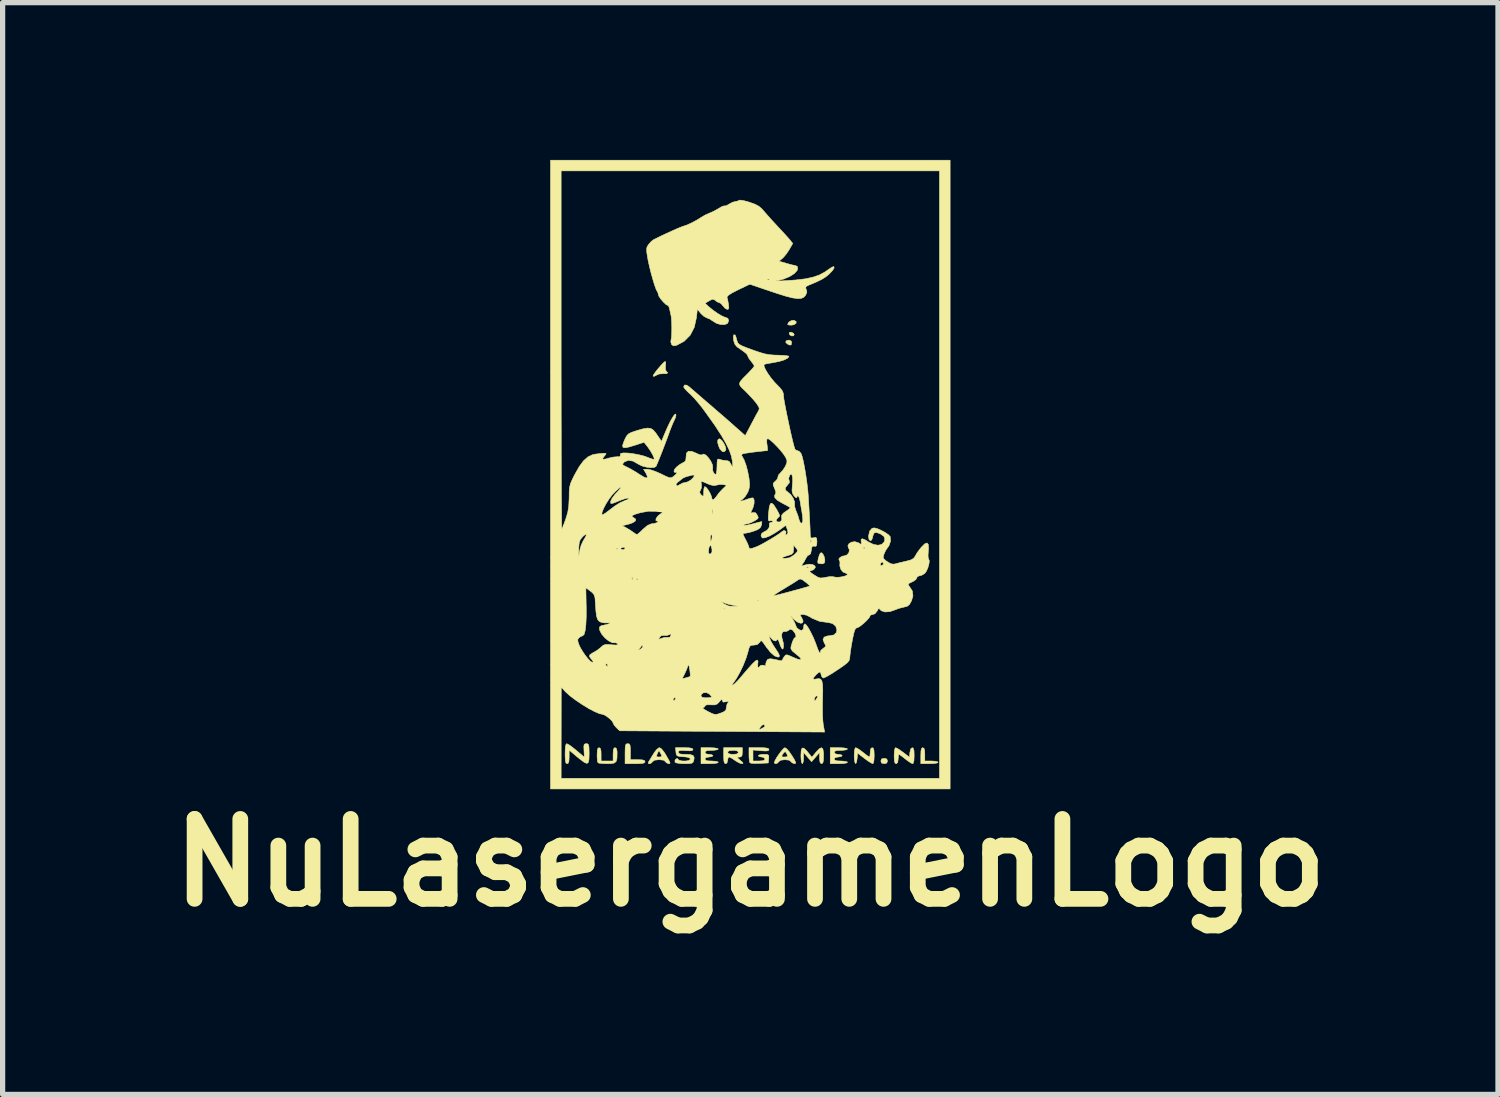
<source format=kicad_pcb>
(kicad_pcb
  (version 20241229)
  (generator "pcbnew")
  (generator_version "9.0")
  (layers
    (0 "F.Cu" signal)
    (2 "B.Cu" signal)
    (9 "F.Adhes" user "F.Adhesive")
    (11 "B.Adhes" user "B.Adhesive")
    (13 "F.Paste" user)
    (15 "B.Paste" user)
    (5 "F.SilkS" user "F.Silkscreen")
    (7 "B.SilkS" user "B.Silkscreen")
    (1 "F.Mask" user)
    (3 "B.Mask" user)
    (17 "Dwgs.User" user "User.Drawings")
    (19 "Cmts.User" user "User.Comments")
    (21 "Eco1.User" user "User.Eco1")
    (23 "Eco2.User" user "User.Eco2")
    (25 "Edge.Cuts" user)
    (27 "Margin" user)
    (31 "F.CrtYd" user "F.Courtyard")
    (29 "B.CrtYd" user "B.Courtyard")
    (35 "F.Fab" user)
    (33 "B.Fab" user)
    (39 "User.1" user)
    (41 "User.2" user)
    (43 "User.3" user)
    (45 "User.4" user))
  (footprint "NuLasergamenLogo"
    (layer "F.Cu")
    (at 11.256 5.999)
    (property "Reference" "NuLasergamenLogo" (at 0 7.4 0) (layer "F.SilkS") (effects (font (size 1.524 1.524) (thickness 0.3))))
    (attr through_hole)
    (fp_poly (pts (xy 0.779 -2.547) (xy 0.787 -2.515) (xy 0.779 -2.473) (xy 0.749 -2.47) (xy 0.704 -2.492) (xy 0.674 -2.525) (xy 0.688 -2.554) (xy 0.738 -2.565) (xy 0.779 -2.547)) (stroke (width 0.01) (type solid)) (fill yes) (layer "F.SilkS"))
    (fp_poly (pts (xy 2.602 5.422) (xy 2.616 5.461) (xy 2.601 5.501) (xy 2.553 5.512) (xy 2.503 5.5) (xy 2.489 5.461) (xy 2.504 5.421) (xy 2.553 5.41) (xy 2.602 5.422)) (stroke (width 0.01) (type solid)) (fill yes) (layer "F.SilkS"))
    (fp_poly (pts (xy 0.82 -2.696) (xy 0.838 -2.668) (xy 0.82 -2.645) (xy 0.782 -2.645) (xy 0.749 -2.668) (xy 0.748 -2.669) (xy 0.742 -2.703) (xy 0.746 -2.71) (xy 0.78 -2.715) (xy 0.82 -2.696)) (stroke (width 0.01) (type solid)) (fill yes) (layer "F.SilkS"))
    (fp_poly (pts (xy 0.873 -2.92) (xy 0.874 -2.889) (xy 0.84 -2.861) (xy 0.794 -2.85) (xy 0.738 -2.851) (xy 0.711 -2.864) (xy 0.711 -2.865) (xy 0.733 -2.906) (xy 0.782 -2.936) (xy 0.831 -2.942) (xy 0.873 -2.92)) (stroke (width 0.01) (type solid)) (fill yes) (layer "F.SilkS"))
    (fp_poly (pts (xy -0.578 -0.68) (xy -0.54 -0.648) (xy -0.501 -0.589) (xy -0.472 -0.525) (xy -0.465 -0.474) (xy -0.467 -0.47) (xy -0.497 -0.434) (xy -0.537 -0.442) (xy -0.579 -0.489) (xy -0.597 -0.526) (xy -0.621 -0.605) (xy -0.62 -0.66) (xy -0.595 -0.682) (xy -0.578 -0.68)) (stroke (width 0.01) (type solid)) (fill yes) (layer "F.SilkS"))
    (fp_poly (pts (xy 1.386 1.517) (xy 1.41 1.568) (xy 1.422 1.628) (xy 1.422 1.632) (xy 1.414 1.684) (xy 1.38 1.701) (xy 1.363 1.702) (xy 1.311 1.696) (xy 1.289 1.687) (xy 1.286 1.655) (xy 1.297 1.597) (xy 1.316 1.535) (xy 1.334 1.498) (xy 1.358 1.489) (xy 1.386 1.517)) (stroke (width 0.01) (type solid)) (fill yes) (layer "F.SilkS"))
    (fp_poly (pts (xy 3.313 5.221) (xy 3.325 5.268) (xy 3.327 5.334) (xy 3.327 5.461) (xy 3.454 5.461) (xy 3.527 5.466) (xy 3.573 5.477) (xy 3.581 5.486) (xy 3.558 5.5) (xy 3.496 5.509) (xy 3.416 5.512) (xy 3.251 5.512) (xy 3.251 5.359) (xy 3.254 5.271) (xy 3.264 5.223) (xy 3.285 5.207) (xy 3.289 5.207) (xy 3.313 5.221)) (stroke (width 0.01) (type solid)) (fill yes) (layer "F.SilkS"))
    (fp_poly (pts (xy -2.308 5.136) (xy -2.293 5.161) (xy -2.287 5.216) (xy -2.286 5.283) (xy -2.286 5.436) (xy -2.146 5.436) (xy -2.062 5.439) (xy -2.019 5.451) (xy -2.007 5.474) (xy -2.017 5.494) (xy -2.053 5.506) (xy -2.124 5.511) (xy -2.197 5.512) (xy -2.388 5.512) (xy -2.388 5.321) (xy -2.386 5.224) (xy -2.381 5.167) (xy -2.368 5.139) (xy -2.346 5.131) (xy -2.337 5.131) (xy -2.308 5.136)) (stroke (width 0.01) (type solid)) (fill yes) (layer "F.SilkS"))
    (fp_poly (pts (xy -1.613 -2.137) (xy -1.616 -2.083) (xy -1.617 -2.073) (xy -1.619 -2.007) (xy -1.603 -1.97) (xy -1.603 -1.97) (xy -1.575 -1.942) (xy -1.592 -1.925) (xy -1.647 -1.924) (xy -1.651 -1.925) (xy -1.739 -1.918) (xy -1.791 -1.895) (xy -1.836 -1.872) (xy -1.854 -1.88) (xy -1.854 -1.881) (xy -1.839 -1.912) (xy -1.8 -1.967) (xy -1.748 -2.031) (xy -1.693 -2.094) (xy -1.648 -2.14) (xy -1.621 -2.159) (xy -1.621 -2.159) (xy -1.613 -2.137)) (stroke (width 0.01) (type solid)) (fill yes) (layer "F.SilkS"))
    (fp_poly (pts (xy -2.553 5.222) (xy -2.541 5.274) (xy -2.54 5.319) (xy -2.543 5.417) (xy -2.56 5.474) (xy -2.6 5.502) (xy -2.675 5.511) (xy -2.729 5.512) (xy -2.814 5.509) (xy -2.878 5.503) (xy -2.904 5.495) (xy -2.914 5.462) (xy -2.92 5.395) (xy -2.921 5.342) (xy -2.917 5.26) (xy -2.905 5.218) (xy -2.883 5.207) (xy -2.859 5.221) (xy -2.847 5.268) (xy -2.845 5.334) (xy -2.845 5.461) (xy -2.616 5.461) (xy -2.616 5.334) (xy -2.612 5.254) (xy -2.598 5.215) (xy -2.578 5.207) (xy -2.553 5.222)) (stroke (width 0.01) (type solid)) (fill yes) (layer "F.SilkS"))
    (fp_poly (pts (xy 1.384 5.232) (xy 1.396 5.304) (xy 1.397 5.359) (xy 1.394 5.448) (xy 1.384 5.495) (xy 1.363 5.511) (xy 1.359 5.512) (xy 1.333 5.496) (xy 1.322 5.442) (xy 1.321 5.405) (xy 1.321 5.298) (xy 1.168 5.474) (xy 1.016 5.298) (xy 1.016 5.405) (xy 1.011 5.47) (xy 0.997 5.508) (xy 0.991 5.512) (xy 0.977 5.489) (xy 0.968 5.428) (xy 0.965 5.359) (xy 0.97 5.263) (xy 0.987 5.216) (xy 1.02 5.215) (xy 1.07 5.261) (xy 1.101 5.298) (xy 1.174 5.389) (xy 1.249 5.298) (xy 1.313 5.23) (xy 1.357 5.207) (xy 1.384 5.232)) (stroke (width 0.01) (type solid)) (fill yes) (layer "F.SilkS"))
    (fp_poly (pts (xy -0.688 5.211) (xy -0.629 5.22) (xy -0.61 5.232) (xy -0.632 5.247) (xy -0.691 5.256) (xy -0.737 5.258) (xy -0.816 5.262) (xy -0.855 5.276) (xy -0.864 5.296) (xy -0.841 5.326) (xy -0.787 5.334) (xy -0.734 5.341) (xy -0.711 5.359) (xy -0.711 5.359) (xy -0.733 5.377) (xy -0.786 5.385) (xy -0.787 5.385) (xy -0.848 5.396) (xy -0.864 5.423) (xy -0.85 5.447) (xy -0.803 5.459) (xy -0.737 5.461) (xy -0.664 5.466) (xy -0.618 5.477) (xy -0.61 5.486) (xy -0.633 5.5) (xy -0.695 5.509) (xy -0.775 5.512) (xy -0.94 5.512) (xy -0.94 5.207) (xy -0.775 5.207) (xy -0.688 5.211)) (stroke (width 0.01) (type solid)) (fill yes) (layer "F.SilkS"))
    (fp_poly (pts (xy 1.775 5.211) (xy 1.834 5.22) (xy 1.854 5.232) (xy 1.831 5.247) (xy 1.773 5.256) (xy 1.727 5.258) (xy 1.647 5.262) (xy 1.608 5.276) (xy 1.6 5.296) (xy 1.623 5.326) (xy 1.676 5.334) (xy 1.73 5.341) (xy 1.753 5.359) (xy 1.753 5.359) (xy 1.731 5.377) (xy 1.677 5.385) (xy 1.676 5.385) (xy 1.616 5.396) (xy 1.6 5.423) (xy 1.614 5.447) (xy 1.661 5.459) (xy 1.727 5.461) (xy 1.8 5.466) (xy 1.846 5.477) (xy 1.854 5.486) (xy 1.831 5.5) (xy 1.769 5.509) (xy 1.689 5.512) (xy 1.524 5.512) (xy 1.524 5.207) (xy 1.689 5.207) (xy 1.775 5.211)) (stroke (width 0.01) (type solid)) (fill yes) (layer "F.SilkS"))
    (fp_poly (pts (xy 2.346 5.219) (xy 2.358 5.26) (xy 2.362 5.341) (xy 2.362 5.359) (xy 2.358 5.446) (xy 2.347 5.5) (xy 2.335 5.512) (xy 2.302 5.497) (xy 2.243 5.46) (xy 2.177 5.411) (xy 2.045 5.31) (xy 2.037 5.411) (xy 2.026 5.484) (xy 2.011 5.51) (xy 1.996 5.494) (xy 1.985 5.437) (xy 1.981 5.359) (xy 1.986 5.265) (xy 1.999 5.215) (xy 2.01 5.207) (xy 2.045 5.222) (xy 2.103 5.261) (xy 2.148 5.296) (xy 2.21 5.345) (xy 2.256 5.377) (xy 2.271 5.385) (xy 2.281 5.362) (xy 2.286 5.307) (xy 2.286 5.296) (xy 2.294 5.23) (xy 2.321 5.207) (xy 2.324 5.207) (xy 2.346 5.219)) (stroke (width 0.01) (type solid)) (fill yes) (layer "F.SilkS"))
    (fp_poly (pts (xy 3.109 5.22) (xy 3.121 5.266) (xy 3.124 5.352) (xy 3.124 5.359) (xy 3.12 5.454) (xy 3.106 5.504) (xy 3.095 5.512) (xy 3.06 5.497) (xy 3.003 5.458) (xy 2.957 5.423) (xy 2.895 5.374) (xy 2.849 5.342) (xy 2.834 5.334) (xy 2.824 5.356) (xy 2.82 5.411) (xy 2.819 5.423) (xy 2.811 5.489) (xy 2.785 5.512) (xy 2.781 5.512) (xy 2.759 5.5) (xy 2.747 5.459) (xy 2.743 5.378) (xy 2.743 5.359) (xy 2.747 5.273) (xy 2.759 5.219) (xy 2.77 5.207) (xy 2.804 5.221) (xy 2.862 5.259) (xy 2.916 5.298) (xy 3.035 5.389) (xy 3.043 5.298) (xy 3.059 5.23) (xy 3.088 5.207) (xy 3.109 5.22)) (stroke (width 0.01) (type solid)) (fill yes) (layer "F.SilkS"))
    (fp_poly (pts (xy 0.267 5.209) (xy 0.327 5.217) (xy 0.353 5.232) (xy 0.356 5.243) (xy 0.345 5.262) (xy 0.306 5.27) (xy 0.23 5.267) (xy 0.203 5.265) (xy 0.051 5.251) (xy 0.051 5.461) (xy 0.165 5.461) (xy 0.24 5.456) (xy 0.275 5.439) (xy 0.279 5.423) (xy 0.257 5.392) (xy 0.216 5.385) (xy 0.168 5.376) (xy 0.152 5.359) (xy 0.175 5.344) (xy 0.231 5.335) (xy 0.256 5.334) (xy 0.321 5.336) (xy 0.349 5.351) (xy 0.353 5.39) (xy 0.351 5.417) (xy 0.343 5.499) (xy 0.177 5.506) (xy 0.089 5.508) (xy 0.022 5.504) (xy -0.007 5.496) (xy -0.018 5.462) (xy -0.024 5.395) (xy -0.025 5.342) (xy -0.025 5.207) (xy 0.165 5.207) (xy 0.267 5.209)) (stroke (width 0.01) (type solid)) (fill yes) (layer "F.SilkS"))
    (fp_poly (pts (xy 0.692 5.227) (xy 0.739 5.28) (xy 0.791 5.355) (xy 0.794 5.359) (xy 0.842 5.439) (xy 0.864 5.485) (xy 0.863 5.506) (xy 0.842 5.512) (xy 0.841 5.512) (xy 0.794 5.494) (xy 0.778 5.474) (xy 0.74 5.445) (xy 0.66 5.436) (xy 0.578 5.446) (xy 0.543 5.474) (xy 0.517 5.502) (xy 0.481 5.513) (xy 0.458 5.5) (xy 0.457 5.494) (xy 0.471 5.453) (xy 0.506 5.391) (xy 0.52 5.371) (xy 0.598 5.371) (xy 0.618 5.384) (xy 0.647 5.385) (xy 0.695 5.381) (xy 0.711 5.374) (xy 0.701 5.335) (xy 0.679 5.296) (xy 0.664 5.283) (xy 0.639 5.302) (xy 0.615 5.334) (xy 0.598 5.371) (xy 0.52 5.371) (xy 0.553 5.322) (xy 0.602 5.259) (xy 0.642 5.217) (xy 0.659 5.207) (xy 0.692 5.227)) (stroke (width 0.01) (type solid)) (fill yes) (layer "F.SilkS"))
    (fp_poly (pts (xy -3.099 5.135) (xy -3.084 5.154) (xy -3.076 5.198) (xy -3.074 5.279) (xy -3.073 5.321) (xy -3.076 5.425) (xy -3.087 5.486) (xy -3.114 5.507) (xy -3.162 5.489) (xy -3.237 5.434) (xy -3.3 5.383) (xy -3.454 5.253) (xy -3.454 5.383) (xy -3.458 5.463) (xy -3.472 5.503) (xy -3.493 5.512) (xy -3.513 5.502) (xy -3.524 5.466) (xy -3.53 5.394) (xy -3.531 5.321) (xy -3.528 5.214) (xy -3.518 5.153) (xy -3.501 5.131) (xy -3.499 5.131) (xy -3.465 5.147) (xy -3.406 5.188) (xy -3.332 5.247) (xy -3.319 5.258) (xy -3.248 5.318) (xy -3.195 5.363) (xy -3.168 5.384) (xy -3.167 5.385) (xy -3.166 5.362) (xy -3.168 5.304) (xy -3.171 5.258) (xy -3.174 5.182) (xy -3.167 5.145) (xy -3.145 5.132) (xy -3.127 5.131) (xy -3.099 5.135)) (stroke (width 0.01) (type solid)) (fill yes) (layer "F.SilkS"))
    (fp_poly (pts (xy -1.695 5.228) (xy -1.648 5.285) (xy -1.613 5.34) (xy -1.564 5.426) (xy -1.537 5.477) (xy -1.53 5.503) (xy -1.539 5.511) (xy -1.561 5.512) (xy -1.605 5.491) (xy -1.616 5.474) (xy -1.653 5.445) (xy -1.735 5.436) (xy -1.74 5.436) (xy -1.824 5.445) (xy -1.863 5.472) (xy -1.863 5.474) (xy -1.898 5.507) (xy -1.92 5.512) (xy -1.947 5.507) (xy -1.942 5.482) (xy -1.925 5.455) (xy -1.889 5.396) (xy -1.871 5.367) (xy -1.79 5.367) (xy -1.773 5.383) (xy -1.738 5.385) (xy -1.694 5.38) (xy -1.691 5.356) (xy -1.704 5.328) (xy -1.729 5.282) (xy -1.739 5.264) (xy -1.752 5.279) (xy -1.773 5.321) (xy -1.79 5.367) (xy -1.871 5.367) (xy -1.843 5.321) (xy -1.832 5.302) (xy -1.787 5.244) (xy -1.744 5.21) (xy -1.731 5.207) (xy -1.695 5.228)) (stroke (width 0.01) (type solid)) (fill yes) (layer "F.SilkS"))
    (fp_poly (pts (xy -0.152 5.296) (xy -0.158 5.357) (xy -0.18 5.382) (xy -0.21 5.386) (xy -0.243 5.389) (xy -0.244 5.402) (xy -0.207 5.435) (xy -0.191 5.449) (xy -0.145 5.489) (xy -0.139 5.508) (xy -0.163 5.512) (xy -0.213 5.497) (xy -0.278 5.46) (xy -0.294 5.448) (xy -0.353 5.408) (xy -0.397 5.386) (xy -0.405 5.385) (xy -0.425 5.407) (xy -0.432 5.448) (xy -0.445 5.499) (xy -0.47 5.512) (xy -0.492 5.5) (xy -0.504 5.459) (xy -0.508 5.378) (xy -0.508 5.359) (xy -0.508 5.296) (xy -0.432 5.296) (xy -0.415 5.322) (xy -0.359 5.333) (xy -0.33 5.334) (xy -0.26 5.328) (xy -0.23 5.307) (xy -0.229 5.296) (xy -0.245 5.269) (xy -0.301 5.258) (xy -0.33 5.258) (xy -0.401 5.264) (xy -0.43 5.285) (xy -0.432 5.296) (xy -0.508 5.296) (xy -0.508 5.207) (xy -0.152 5.207) (xy -0.152 5.296)) (stroke (width 0.01) (type solid)) (fill yes) (layer "F.SilkS"))
    (fp_poly (pts (xy -1.162 5.21) (xy -1.109 5.221) (xy -1.092 5.24) (xy -1.092 5.241) (xy -1.106 5.26) (xy -1.152 5.267) (xy -1.232 5.263) (xy -1.313 5.259) (xy -1.356 5.265) (xy -1.371 5.283) (xy -1.372 5.293) (xy -1.361 5.317) (xy -1.324 5.33) (xy -1.248 5.334) (xy -1.233 5.334) (xy -1.139 5.339) (xy -1.087 5.359) (xy -1.07 5.398) (xy -1.078 5.45) (xy -1.09 5.483) (xy -1.114 5.502) (xy -1.163 5.51) (xy -1.25 5.512) (xy -1.256 5.512) (xy -1.344 5.508) (xy -1.409 5.497) (xy -1.436 5.484) (xy -1.436 5.446) (xy -1.422 5.427) (xy -1.392 5.411) (xy -1.379 5.429) (xy -1.349 5.451) (xy -1.292 5.461) (xy -1.226 5.461) (xy -1.17 5.449) (xy -1.143 5.428) (xy -1.143 5.424) (xy -1.16 5.4) (xy -1.217 5.385) (xy -1.276 5.38) (xy -1.354 5.374) (xy -1.395 5.361) (xy -1.412 5.333) (xy -1.418 5.29) (xy -1.426 5.207) (xy -1.259 5.207) (xy -1.162 5.21)) (stroke (width 0.01) (type solid)) (fill yes) (layer "F.SilkS"))
    (fp_poly (pts (xy -0.124 -5.223) (xy -0.038 -5.2) (xy -0.019 -5.194) (xy 0.085 -5.157) (xy 0.159 -5.119) (xy 0.22 -5.067) (xy 0.267 -5.014) (xy 0.332 -4.939) (xy 0.417 -4.844) (xy 0.508 -4.746) (xy 0.538 -4.713) (xy 0.618 -4.628) (xy 0.69 -4.549) (xy 0.743 -4.489) (xy 0.759 -4.47) (xy 0.809 -4.407) (xy 0.744 -4.293) (xy 0.692 -4.214) (xy 0.635 -4.145) (xy 0.613 -4.124) (xy 0.547 -4.069) (xy 0.684 -4.029) (xy 0.766 -4.006) (xy 0.83 -3.991) (xy 0.854 -3.988) (xy 0.896 -3.969) (xy 0.903 -3.923) (xy 0.891 -3.89) (xy 0.838 -3.832) (xy 0.749 -3.776) (xy 0.64 -3.73) (xy 0.565 -3.71) (xy 0.511 -3.698) (xy 0.495 -3.692) (xy 0.52 -3.69) (xy 0.59 -3.693) (xy 0.648 -3.696) (xy 0.871 -3.711) (xy 1.051 -3.733) (xy 1.198 -3.765) (xy 1.321 -3.808) (xy 1.426 -3.865) (xy 1.495 -3.914) (xy 1.56 -3.957) (xy 1.594 -3.965) (xy 1.598 -3.942) (xy 1.57 -3.895) (xy 1.509 -3.829) (xy 1.506 -3.826) (xy 1.441 -3.772) (xy 1.363 -3.723) (xy 1.259 -3.672) (xy 1.118 -3.613) (xy 1.11 -3.61) (xy 1.063 -3.585) (xy 1.056 -3.556) (xy 1.067 -3.531) (xy 1.079 -3.479) (xy 1.055 -3.421) (xy 1.052 -3.417) (xy 1.017 -3.38) (xy 0.968 -3.359) (xy 0.897 -3.356) (xy 0.801 -3.37) (xy 0.673 -3.403) (xy 0.507 -3.455) (xy 0.396 -3.492) (xy -0.009 -3.63) (xy -0.233 -3.523) (xy -0.351 -3.462) (xy -0.422 -3.416) (xy -0.445 -3.385) (xy -0.444 -3.382) (xy -0.432 -3.336) (xy -0.419 -3.265) (xy -0.416 -3.249) (xy -0.409 -3.183) (xy -0.42 -3.154) (xy -0.438 -3.15) (xy -0.479 -3.169) (xy -0.518 -3.213) (xy -0.557 -3.259) (xy -0.589 -3.277) (xy -0.629 -3.292) (xy -0.663 -3.317) (xy -0.698 -3.342) (xy -0.732 -3.34) (xy -0.786 -3.312) (xy -0.863 -3.266) (xy -0.792 -3.201) (xy -0.714 -3.137) (xy -0.628 -3.076) (xy -0.548 -3.028) (xy -0.488 -3.001) (xy -0.47 -2.997) (xy -0.427 -2.978) (xy -0.413 -2.933) (xy -0.432 -2.885) (xy -0.435 -2.882) (xy -0.488 -2.86) (xy -0.565 -2.861) (xy -0.645 -2.884) (xy -0.708 -2.923) (xy -0.773 -2.966) (xy -0.824 -2.986) (xy -0.884 -3.017) (xy -0.943 -3.071) (xy -0.949 -3.079) (xy -1.009 -3.155) (xy -1.027 -2.994) (xy -1.068 -2.809) (xy -1.146 -2.658) (xy -1.26 -2.543) (xy -1.401 -2.467) (xy -1.46 -2.454) (xy -1.497 -2.475) (xy -1.499 -2.477) (xy -1.516 -2.528) (xy -1.512 -2.563) (xy -1.503 -2.618) (xy -1.498 -2.707) (xy -1.497 -2.811) (xy -1.5 -2.914) (xy -1.506 -2.997) (xy -1.51 -3.023) (xy -1.532 -3.124) (xy -1.547 -3.186) (xy -1.56 -3.216) (xy -1.573 -3.226) (xy -1.576 -3.226) (xy -1.61 -3.245) (xy -1.658 -3.291) (xy -1.707 -3.348) (xy -1.743 -3.402) (xy -1.752 -3.43) (xy -1.766 -3.481) (xy -1.776 -3.494) (xy -1.796 -3.533) (xy -1.824 -3.61) (xy -1.856 -3.714) (xy 0.316 -3.714) (xy 0.341 -3.71) (xy 0.374 -3.715) (xy 0.374 -3.724) (xy 0.34 -3.73) (xy 0.325 -3.726) (xy 0.316 -3.714) (xy -1.856 -3.714) (xy -1.856 -3.715) (xy -1.89 -3.835) (xy -1.921 -3.959) (xy -1.947 -4.076) (xy -1.958 -4.135) (xy -1.973 -4.232) (xy -1.978 -4.294) (xy -1.97 -4.337) (xy -1.949 -4.374) (xy -1.94 -4.387) (xy -1.894 -4.44) (xy -1.853 -4.474) (xy -1.784 -4.509) (xy -1.691 -4.555) (xy -1.585 -4.604) (xy -1.479 -4.652) (xy -1.385 -4.694) (xy -1.313 -4.723) (xy -1.277 -4.736) (xy -1.213 -4.757) (xy -1.125 -4.797) (xy -1.03 -4.847) (xy -0.946 -4.898) (xy -0.935 -4.906) (xy -0.859 -4.95) (xy -0.782 -4.984) (xy -0.706 -5.017) (xy -0.622 -5.063) (xy -0.603 -5.075) (xy -0.542 -5.11) (xy -0.5 -5.124) (xy -0.491 -5.123) (xy -0.462 -5.125) (xy -0.413 -5.152) (xy -0.405 -5.157) (xy -0.341 -5.192) (xy -0.284 -5.207) (xy -0.283 -5.207) (xy -0.235 -5.217) (xy -0.218 -5.23) (xy -0.188 -5.233) (xy -0.124 -5.223)) (stroke (width 0.01) (type solid)) (fill yes) (layer "F.SilkS"))
    (fp_poly (pts (xy 3.81 5.994) (xy -3.81 5.994) (xy -3.81 4.017) (xy -0.348 4.017) (xy -0.333 4.015) (xy -0.295 3.985) (xy -0.239 3.929) (xy -0.183 3.865) (xy -0.107 3.775) (xy -0.033 3.69) (xy 0.026 3.624) (xy 0.036 3.613) (xy 0.098 3.553) (xy 0.134 3.535) (xy 0.147 3.559) (xy 0.143 3.607) (xy 0.142 3.66) (xy 0.154 3.683) (xy 0.155 3.683) (xy 0.177 3.664) (xy 0.178 3.658) (xy 0.198 3.638) (xy 0.24 3.633) (xy 0.278 3.643) (xy 0.286 3.651) (xy 0.292 3.652) (xy 0.291 3.645) (xy 0.295 3.603) (xy 0.308 3.562) (xy 0.332 3.522) (xy 0.376 3.512) (xy 0.412 3.515) (xy 0.49 3.529) (xy 0.552 3.544) (xy 0.596 3.55) (xy 0.61 3.54) (xy 0.625 3.504) (xy 0.647 3.47) (xy 0.671 3.443) (xy 0.698 3.436) (xy 0.742 3.451) (xy 0.799 3.476) (xy 0.895 3.517) (xy 0.952 3.529) (xy 0.968 3.516) (xy 0.941 3.479) (xy 0.87 3.42) (xy 0.863 3.415) (xy 0.8 3.362) (xy 0.774 3.319) (xy 0.775 3.284) (xy 0.803 3.189) (xy 0.834 3.124) (xy 0.863 3.099) (xy 0.864 3.099) (xy 0.872 3.08) (xy 0.854 3.029) (xy 0.851 3.023) (xy 0.807 2.965) (xy 0.761 2.947) (xy 0.723 2.974) (xy 0.723 2.974) (xy 0.687 2.992) (xy 0.66 2.99) (xy 0.619 2.999) (xy 0.598 3.043) (xy 0.602 3.11) (xy 0.611 3.141) (xy 0.629 3.209) (xy 0.634 3.274) (xy 0.626 3.318) (xy 0.614 3.327) (xy 0.594 3.305) (xy 0.569 3.25) (xy 0.559 3.219) (xy 0.538 3.162) (xy 0.52 3.139) (xy 0.515 3.143) (xy 0.486 3.173) (xy 0.441 3.162) (xy 0.396 3.118) (xy 0.354 3.061) (xy 0.371 3.124) (xy 0.394 3.18) (xy 0.438 3.256) (xy 0.473 3.308) (xy 0.53 3.395) (xy 0.555 3.448) (xy 0.549 3.475) (xy 0.526 3.48) (xy 0.463 3.457) (xy 0.387 3.391) (xy 0.304 3.287) (xy 0.294 3.272) (xy 0.246 3.203) (xy 0.217 3.171) (xy 0.198 3.171) (xy 0.18 3.196) (xy 0.179 3.198) (xy 0.133 3.241) (xy 0.069 3.251) (xy 0.02 3.255) (xy -0.009 3.273) (xy -0.029 3.32) (xy -0.045 3.383) (xy -0.082 3.504) (xy -0.137 3.641) (xy -0.201 3.775) (xy -0.265 3.888) (xy -0.292 3.927) (xy -0.336 3.989) (xy -0.348 4.017) (xy -3.81 4.017) (xy -3.81 3.893) (xy -1.3 3.893) (xy -1.228 3.875) (xy -1.173 3.859) (xy -1.146 3.847) (xy -1.144 3.819) (xy -1.15 3.757) (xy -1.156 3.716) (xy -1.168 3.648) (xy -1.178 3.624) (xy -1.188 3.641) (xy -1.193 3.658) (xy -1.218 3.724) (xy -1.253 3.801) (xy -1.256 3.807) (xy -1.3 3.893) (xy -3.81 3.893) (xy -3.81 3.622) (xy -2.76 3.622) (xy -2.756 3.632) (xy -2.733 3.656) (xy -2.729 3.658) (xy -2.718 3.638) (xy -2.718 3.632) (xy -2.737 3.608) (xy -2.745 3.607) (xy -2.76 3.622) (xy -3.81 3.622) (xy -3.81 3.174) (xy -3.289 3.174) (xy -3.274 3.226) (xy -3.244 3.294) (xy -3.199 3.37) (xy -3.148 3.445) (xy -3.095 3.511) (xy -3.048 3.559) (xy -3.013 3.582) (xy -2.997 3.572) (xy -2.997 3.567) (xy -3.013 3.539) (xy -3.035 3.514) (xy -3.068 3.47) (xy -3.06 3.436) (xy -3.008 3.401) (xy -2.988 3.391) (xy -2.912 3.345) (xy -2.133 3.345) (xy -2.121 3.345) (xy -2.091 3.326) (xy -2.054 3.293) (xy -2.049 3.27) (xy -2.065 3.255) (xy -2.067 3.256) (xy -2.084 3.28) (xy -2.109 3.312) (xy -2.133 3.345) (xy -2.912 3.345) (xy -2.912 3.345) (xy -2.847 3.292) (xy -2.845 3.29) (xy -2.807 3.256) (xy -2.764 3.24) (xy -2.698 3.24) (xy -2.648 3.245) (xy -2.567 3.25) (xy -2.528 3.246) (xy -2.525 3.23) (xy -2.526 3.228) (xy -2.561 3.207) (xy -2.575 3.208) (xy -2.632 3.206) (xy -2.702 3.17) (xy -2.741 3.138) (xy -1.745 3.138) (xy -1.728 3.137) (xy -1.701 3.124) (xy -1.633 3.104) (xy -1.587 3.105) (xy -1.536 3.101) (xy -1.515 3.068) (xy -1.511 3.036) (xy -1.533 3.045) (xy -1.539 3.05) (xy -1.59 3.068) (xy -1.639 3.067) (xy -1.699 3.071) (xy -1.73 3.104) (xy -1.745 3.138) (xy -2.741 3.138) (xy -2.773 3.112) (xy -2.834 3.041) (xy -2.871 2.969) (xy -2.876 2.944) (xy -2.873 2.904) (xy -2.842 2.881) (xy -2.787 2.869) (xy -2.721 2.854) (xy -2.679 2.838) (xy -2.675 2.835) (xy -2.682 2.826) (xy -2.719 2.828) (xy -2.791 2.827) (xy -2.85 2.814) (xy -2.886 2.794) (xy -2.912 2.76) (xy -2.93 2.703) (xy -2.933 2.68) (xy 0.757 2.68) (xy 0.81 2.76) (xy 0.845 2.82) (xy 0.863 2.864) (xy 0.864 2.87) (xy 0.884 2.918) (xy 0.932 2.958) (xy 0.976 2.972) (xy 1.009 2.95) (xy 1.016 2.908) (xy 1.024 2.861) (xy 1.04 2.845) (xy 1.067 2.867) (xy 1.107 2.924) (xy 1.153 3.007) (xy 1.2 3.103) (xy 1.241 3.202) (xy 1.261 3.257) (xy 1.289 3.334) (xy 1.314 3.387) (xy 1.329 3.403) (xy 1.339 3.388) (xy 1.335 3.381) (xy 1.344 3.353) (xy 1.385 3.317) (xy 1.386 3.316) (xy 1.43 3.283) (xy 1.435 3.253) (xy 1.41 3.21) (xy 1.386 3.145) (xy 1.408 3.099) (xy 1.473 3.076) (xy 1.509 3.073) (xy 1.595 3.057) (xy 1.642 3.01) (xy 1.651 2.962) (xy 1.628 2.889) (xy 1.567 2.839) (xy 1.477 2.819) (xy 1.473 2.819) (xy 1.321 2.798) (xy 1.176 2.738) (xy 1.139 2.714) (xy 1.07 2.68) (xy 1.005 2.667) (xy 0.96 2.67) (xy 0.955 2.688) (xy 0.98 2.729) (xy 1.007 2.79) (xy 0.998 2.826) (xy 0.962 2.835) (xy 0.907 2.817) (xy 0.843 2.77) (xy 0.819 2.747) (xy 0.757 2.68) (xy -2.933 2.68) (xy -2.943 2.614) (xy -2.947 2.553) (xy -0.508 2.553) (xy -0.495 2.565) (xy -0.483 2.553) (xy -0.495 2.54) (xy -0.508 2.553) (xy -2.947 2.553) (xy -2.952 2.486) (xy -2.955 2.432) (xy -2.956 2.422) (xy -0.549 2.422) (xy -0.548 2.428) (xy -0.508 2.462) (xy -0.415 2.505) (xy -0.343 2.511) (xy -0.241 2.509) (xy -0.348 2.488) (xy -0.431 2.468) (xy -0.501 2.444) (xy -0.513 2.438) (xy -0.549 2.422) (xy -2.956 2.422) (xy -2.957 2.4) (xy 0.127 2.4) (xy 0.14 2.413) (xy 0.152 2.4) (xy 0.14 2.388) (xy 0.127 2.4) (xy -2.957 2.4) (xy -2.962 2.346) (xy -2.972 2.311) (xy 0.44 2.311) (xy 0.441 2.311) (xy 0.472 2.305) (xy 0.543 2.288) (xy 0.643 2.262) (xy 0.763 2.23) (xy 0.796 2.221) (xy 0.918 2.188) (xy 1.021 2.159) (xy 1.095 2.138) (xy 1.132 2.126) (xy 1.135 2.125) (xy 1.12 2.107) (xy 1.078 2.069) (xy 1.049 2.046) (xy 0.988 2.002) (xy 0.948 1.99) (xy 0.917 2.003) (xy 0.895 2.019) (xy 0.866 2.038) (xy 0.824 2.065) (xy 0.76 2.104) (xy 0.666 2.162) (xy 0.576 2.216) (xy 0.503 2.262) (xy 0.455 2.296) (xy 0.44 2.311) (xy -2.972 2.311) (xy -2.978 2.292) (xy -3.012 2.251) (xy -3.048 2.222) (xy -3.101 2.183) (xy -3.132 2.161) (xy -3.135 2.159) (xy -3.135 2.183) (xy -3.134 2.249) (xy -3.132 2.347) (xy -3.13 2.469) (xy -3.128 2.521) (xy -3.128 2.708) (xy -3.135 2.861) (xy -3.149 2.976) (xy -3.169 3.048) (xy -3.196 3.073) (xy -3.197 3.073) (xy -3.231 3.087) (xy -3.26 3.105) (xy -3.287 3.134) (xy -3.289 3.174) (xy -3.81 3.174) (xy -3.81 1.981) (xy -2.261 1.981) (xy -2.251 2.002) (xy -2.244 1.998) (xy -2.243 1.99) (xy -2.176 1.99) (xy -2.172 2.005) (xy -2.159 2.007) (xy -2.138 1.997) (xy -2.142 1.99) (xy -2.172 1.987) (xy -2.176 1.99) (xy -2.243 1.99) (xy -2.241 1.968) (xy -2.244 1.964) (xy -2.259 1.968) (xy -2.261 1.981) (xy -3.81 1.981) (xy -3.81 1.761) (xy 1.075 1.761) (xy 1.079 1.776) (xy 1.092 1.778) (xy 1.113 1.769) (xy 1.109 1.761) (xy 1.079 1.758) (xy 1.075 1.761) (xy -3.81 1.761) (xy -3.81 1.593) (xy 0.609 1.593) (xy 0.649 1.598) (xy 0.665 1.598) (xy 0.752 1.585) (xy 0.831 1.534) (xy 0.838 1.528) (xy 0.886 1.481) (xy 0.901 1.451) (xy 0.887 1.42) (xy 0.871 1.399) (xy 0.825 1.343) (xy 0.825 1.426) (xy 0.818 1.487) (xy 0.785 1.52) (xy 0.749 1.533) (xy 0.656 1.562) (xy 0.61 1.582) (xy 0.609 1.593) (xy -3.81 1.593) (xy -3.81 1.562) (xy -3.272 1.562) (xy -3.259 1.488) (xy -0.798 1.488) (xy -0.783 1.514) (xy -0.751 1.509) (xy -0.731 1.476) (xy -0.731 1.421) (xy -0.748 1.361) (xy -0.768 1.351) (xy -0.787 1.39) (xy -0.793 1.423) (xy -0.798 1.488) (xy -3.259 1.488) (xy -3.251 1.442) (xy -3.241 1.405) (xy -2.557 1.405) (xy -2.553 1.421) (xy -2.54 1.422) (xy -2.519 1.413) (xy -2.523 1.406) (xy -2.474 1.406) (xy -2.461 1.424) (xy -2.416 1.434) (xy -2.389 1.409) (xy -2.388 1.398) (xy -2.408 1.386) (xy -2.441 1.39) (xy -2.474 1.406) (xy -2.523 1.406) (xy -2.523 1.405) (xy -2.553 1.402) (xy -2.557 1.405) (xy -3.241 1.405) (xy -3.227 1.351) (xy -3.19 1.269) (xy -3.177 1.248) (xy -3.152 1.206) (xy -0.762 1.206) (xy -0.759 1.254) (xy -0.752 1.27) (xy -0.741 1.248) (xy -0.73 1.206) (xy -0.729 1.159) (xy -0.74 1.143) (xy -0.757 1.165) (xy -0.762 1.206) (xy -3.152 1.206) (xy -3.137 1.182) (xy -3.126 1.145) (xy -3.143 1.14) (xy -3.187 1.175) (xy -3.196 1.184) (xy -3.238 1.234) (xy -3.26 1.288) (xy -3.269 1.364) (xy -3.27 1.41) (xy -3.272 1.562) (xy -3.81 1.562) (xy -3.81 -2.371) (xy -3.607 -2.371) (xy -3.607 -1.958) (xy -3.606 -1.561) (xy -3.606 -1.18) (xy -3.605 -0.82) (xy -3.605 -0.483) (xy -3.604 -0.172) (xy -3.603 0.111) (xy -3.602 0.361) (xy -3.6 0.576) (xy -3.599 0.754) (xy -3.598 0.891) (xy -3.596 0.985) (xy -3.595 1.032) (xy -3.594 1.037) (xy -3.58 1.008) (xy -3.567 0.975) (xy -2.441 0.975) (xy -2.37 1.012) (xy -2.295 1.056) (xy -2.238 1.096) (xy -2.19 1.129) (xy -2.161 1.143) (xy -2.135 1.126) (xy -2.087 1.083) (xy -2.045 1.041) (xy -1.961 0.97) (xy -1.891 0.94) (xy -1.881 0.939) (xy -1.834 0.933) (xy -1.789 0.919) (xy -1.758 0.903) (xy -1.756 0.892) (xy -1.772 0.889) (xy -1.801 0.874) (xy -1.796 0.836) (xy -1.762 0.79) (xy -1.735 0.767) (xy -1.667 0.717) (xy -1.793 0.7) (xy -1.898 0.699) (xy -0.732 0.699) (xy -0.729 0.742) (xy -0.721 0.746) (xy -0.72 0.743) (xy -0.715 0.693) (xy -0.719 0.667) (xy -0.727 0.657) (xy -0.731 0.691) (xy -0.732 0.699) (xy -1.898 0.699) (xy -1.938 0.698) (xy -2.09 0.725) (xy -2.193 0.755) (xy -2.247 0.779) (xy -2.256 0.801) (xy -2.223 0.822) (xy -2.184 0.85) (xy -2.192 0.884) (xy -2.241 0.918) (xy -2.312 0.943) (xy -2.441 0.975) (xy -3.567 0.975) (xy -3.555 0.945) (xy -3.523 0.858) (xy -3.518 0.843) (xy -3.493 0.762) (xy -2.831 0.762) (xy -2.829 0.766) (xy -2.806 0.761) (xy -2.754 0.729) (xy -2.684 0.676) (xy -2.665 0.661) (xy -2.577 0.595) (xy -2.488 0.539) (xy -2.416 0.506) (xy -2.413 0.505) (xy -2.394 0.498) (xy -0.193 0.498) (xy -0.188 0.506) (xy -0.153 0.501) (xy -0.097 0.484) (xy -0.06 0.47) (xy 0.004 0.449) (xy 0.048 0.444) (xy 0.053 0.446) (xy 0.073 0.485) (xy 0.072 0.553) (xy 0.051 0.631) (xy 0.036 0.664) (xy 0.012 0.715) (xy 0.013 0.732) (xy 0.042 0.727) (xy 0.047 0.725) (xy 0.098 0.727) (xy 0.125 0.759) (xy 0.147 0.805) (xy 0.152 0.824) (xy 0.131 0.85) (xy 0.08 0.883) (xy 0.015 0.915) (xy -0.045 0.936) (xy -0.07 0.94) (xy -0.114 0.949) (xy -0.127 0.964) (xy -0.105 0.969) (xy -0.046 0.961) (xy 0.036 0.942) (xy 0.044 0.94) (xy 0.129 0.917) (xy 0.192 0.902) (xy 0.219 0.897) (xy 0.22 0.897) (xy 0.219 0.922) (xy 0.212 0.966) (xy 0.191 1.012) (xy 0.142 1.048) (xy 0.077 1.074) (xy -0.005 1.1) (xy -0.076 1.115) (xy -0.099 1.118) (xy -0.13 1.12) (xy -0.139 1.133) (xy -0.126 1.169) (xy -0.09 1.238) (xy -0.09 1.238) (xy -0.053 1.312) (xy -0.03 1.371) (xy -0.025 1.392) (xy -0.013 1.412) (xy 0.03 1.408) (xy 0.108 1.38) (xy 0.151 1.362) (xy 0.213 1.331) (xy 0.296 1.285) (xy 0.322 1.27) (xy 1.143 1.27) (xy 1.152 1.291) (xy 1.16 1.287) (xy 1.163 1.257) (xy 1.16 1.253) (xy 1.145 1.257) (xy 1.143 1.27) (xy 0.322 1.27) (xy 0.386 1.232) (xy 0.473 1.179) (xy 0.545 1.132) (xy 0.589 1.1) (xy 0.597 1.092) (xy 0.633 1.069) (xy 0.652 1.067) (xy 0.68 1.083) (xy 0.678 1.119) (xy 0.674 1.154) (xy 0.693 1.147) (xy 0.698 1.143) (xy 0.718 1.11) (xy 0.709 1.057) (xy 0.704 1.042) (xy 0.676 0.968) (xy 0.557 1.056) (xy 0.458 1.121) (xy 0.365 1.172) (xy 0.287 1.203) (xy 0.235 1.209) (xy 0.227 1.206) (xy 0.204 1.168) (xy 0.216 1.124) (xy 0.248 1.1) (xy 0.322 1.059) (xy 0.361 1.004) (xy 0.363 0.964) (xy 0.365 0.923) (xy 0.391 0.914) (xy 0.426 0.903) (xy 0.432 0.891) (xy 0.412 0.878) (xy 0.383 0.881) (xy 0.357 0.884) (xy 0.344 0.868) (xy 0.342 0.823) (xy 0.348 0.739) (xy 0.348 0.733) (xy 0.362 0.621) (xy 0.381 0.558) (xy 0.409 0.544) (xy 0.448 0.579) (xy 0.501 0.662) (xy 0.526 0.707) (xy 0.554 0.763) (xy 0.557 0.794) (xy 0.533 0.819) (xy 0.522 0.827) (xy 0.493 0.867) (xy 0.505 0.897) (xy 0.548 0.905) (xy 0.569 0.899) (xy 0.601 0.868) (xy 0.598 0.823) (xy 0.597 0.777) (xy 0.627 0.738) (xy 0.672 0.705) (xy 0.728 0.667) (xy 0.759 0.639) (xy 0.762 0.634) (xy 0.741 0.616) (xy 0.687 0.585) (xy 0.621 0.551) (xy 0.519 0.492) (xy 0.467 0.44) (xy 0.464 0.393) (xy 0.477 0.376) (xy 0.488 0.337) (xy 0.466 0.27) (xy 0.462 0.261) (xy 0.458 0.251) (xy 0.667 0.251) (xy 0.672 0.298) (xy 0.713 0.331) (xy 0.769 0.379) (xy 0.817 0.448) (xy 0.844 0.519) (xy 0.845 0.561) (xy 0.847 0.615) (xy 0.869 0.685) (xy 0.874 0.696) (xy 0.907 0.779) (xy 0.93 0.859) (xy 0.931 0.863) (xy 0.953 0.917) (xy 0.98 0.929) (xy 0.999 0.898) (xy 1.001 0.861) (xy 0.996 0.796) (xy 0.984 0.713) (xy 0.982 0.699) (xy 0.965 0.603) (xy 0.95 0.508) (xy 0.948 0.502) (xy 0.933 0.442) (xy 0.912 0.408) (xy 0.895 0.407) (xy 0.888 0.438) (xy 0.874 0.443) (xy 0.841 0.414) (xy 0.836 0.408) (xy 0.806 0.362) (xy 0.795 0.307) (xy 0.8 0.226) (xy 0.801 0.214) (xy 0.808 0.127) (xy 0.805 0.053) (xy 0.8 0.026) (xy 0.785 -0.012) (xy 0.766 -0.004) (xy 0.749 0.017) (xy 0.73 0.076) (xy 0.74 0.107) (xy 0.747 0.152) (xy 0.712 0.196) (xy 0.667 0.251) (xy 0.458 0.251) (xy 0.437 0.202) (xy 0.437 0.168) (xy 0.464 0.137) (xy 0.479 0.125) (xy 0.518 0.081) (xy 0.527 0.045) (xy 0.537 0.008) (xy 0.573 -0.031) (xy 0.621 -0.084) (xy 0.667 -0.155) (xy 0.671 -0.164) (xy 0.697 -0.227) (xy 0.698 -0.272) (xy 0.675 -0.327) (xy 0.671 -0.333) (xy 0.633 -0.391) (xy 0.575 -0.464) (xy 0.506 -0.539) (xy 0.437 -0.609) (xy 0.377 -0.661) (xy 0.338 -0.685) (xy 0.333 -0.686) (xy 0.315 -0.67) (xy 0.313 -0.617) (xy 0.319 -0.572) (xy 0.327 -0.504) (xy 0.329 -0.462) (xy 0.327 -0.457) (xy 0.256 -0.451) (xy 0.164 -0.441) (xy 0.063 -0.429) (xy -0.032 -0.416) (xy -0.108 -0.404) (xy -0.15 -0.395) (xy -0.154 -0.393) (xy -0.166 -0.365) (xy -0.154 -0.345) (xy -0.118 -0.28) (xy -0.081 -0.18) (xy -0.049 -0.058) (xy -0.025 0.069) (xy -0.024 0.076) (xy -0.014 0.175) (xy -0.018 0.246) (xy -0.036 0.309) (xy -0.053 0.346) (xy -0.096 0.416) (xy -0.144 0.467) (xy -0.159 0.477) (xy -0.193 0.498) (xy -2.394 0.498) (xy -2.35 0.482) (xy -2.314 0.46) (xy -2.311 0.455) (xy -2.333 0.448) (xy -2.39 0.46) (xy -2.474 0.489) (xy -2.561 0.525) (xy -2.62 0.547) (xy -2.656 0.552) (xy -2.659 0.55) (xy -2.664 0.512) (xy -2.636 0.452) (xy -2.582 0.379) (xy -2.551 0.347) (xy -2.542 0.337) (xy -0.968 0.337) (xy -0.948 0.374) (xy -0.935 0.387) (xy -0.906 0.412) (xy -0.893 0.405) (xy -0.889 0.358) (xy -0.889 0.33) (xy -0.884 0.267) (xy -0.871 0.231) (xy -0.866 0.229) (xy -0.837 0.249) (xy -0.799 0.299) (xy -0.764 0.362) (xy -0.74 0.419) (xy -0.737 0.441) (xy -0.725 0.478) (xy -0.695 0.473) (xy -0.655 0.429) (xy -0.644 0.413) (xy -0.595 0.347) (xy -0.533 0.28) (xy -0.527 0.274) (xy -0.453 0.205) (xy -0.513 0.19) (xy -0.584 0.188) (xy -0.638 0.2) (xy -0.698 0.21) (xy -0.769 0.193) (xy -0.811 0.176) (xy -0.887 0.143) (xy -0.927 0.131) (xy -0.939 0.142) (xy -0.933 0.177) (xy -0.931 0.186) (xy -0.932 0.253) (xy -0.949 0.294) (xy -0.968 0.337) (xy -2.542 0.337) (xy -2.503 0.295) (xy -2.472 0.254) (xy -2.462 0.233) (xy -2.477 0.239) (xy -2.501 0.259) (xy -2.55 0.302) (xy -2.571 0.32) (xy -2.63 0.382) (xy -2.692 0.464) (xy -2.75 0.554) (xy -2.796 0.642) (xy -2.826 0.715) (xy -2.831 0.762) (xy -3.493 0.762) (xy -3.481 0.721) (xy -3.462 0.605) (xy -3.455 0.468) (xy -3.454 0.434) (xy -3.453 0.321) (xy -3.445 0.239) (xy -3.43 0.181) (xy -1.415 0.181) (xy -1.411 0.202) (xy -1.386 0.216) (xy -1.348 0.192) (xy -1.287 0.16) (xy -1.244 0.152) (xy -1.19 0.137) (xy -1.13 0.1) (xy -1.083 0.054) (xy -1.067 0.019) (xy -1.087 0.007) (xy -1.116 0.012) (xy -1.184 0.03) (xy -1.218 0.038) (xy -1.281 0.065) (xy -1.31 0.087) (xy -1.362 0.13) (xy -1.389 0.148) (xy -1.415 0.181) (xy -3.43 0.181) (xy -3.427 0.168) (xy -3.392 0.088) (xy -3.351 0.006) (xy -3.263 -0.151) (xy -3.179 -0.264) (xy -3.095 -0.338) (xy -3.005 -0.38) (xy -2.956 -0.39) (xy -2.873 -0.4) (xy -2.804 -0.406) (xy -2.787 -0.406) (xy -2.752 -0.404) (xy -2.754 -0.387) (xy -2.781 -0.355) (xy -2.814 -0.31) (xy -2.804 -0.291) (xy -2.752 -0.298) (xy -2.703 -0.313) (xy -2.62 -0.333) (xy -2.544 -0.34) (xy -2.533 -0.34) (xy -2.485 -0.342) (xy -2.479 -0.36) (xy -2.477 -0.395) (xy -2.467 -0.404) (xy -2.42 -0.413) (xy -2.338 -0.411) (xy -2.237 -0.399) (xy -2.129 -0.379) (xy -2.031 -0.355) (xy -1.966 -0.332) (xy -1.896 -0.304) (xy -1.847 -0.291) (xy -1.833 -0.292) (xy -1.836 -0.321) (xy -1.862 -0.379) (xy -1.903 -0.451) (xy -1.954 -0.525) (xy -1.968 -0.543) (xy -2.026 -0.616) (xy -2.193 -0.562) (xy -2.312 -0.526) (xy -2.389 -0.511) (xy -2.428 -0.52) (xy -2.435 -0.556) (xy -2.413 -0.622) (xy -2.389 -0.678) (xy -2.359 -0.736) (xy -2.325 -0.774) (xy -2.271 -0.803) (xy -2.185 -0.832) (xy -2.171 -0.837) (xy -2.048 -0.872) (xy -1.961 -0.887) (xy -1.898 -0.88) (xy -1.848 -0.848) (xy -1.799 -0.789) (xy -1.78 -0.761) (xy -1.693 -0.633) (xy -1.638 -0.767) (xy -1.58 -0.901) (xy -1.526 -1.013) (xy -1.478 -1.097) (xy -1.442 -1.146) (xy -1.422 -1.155) (xy -1.417 -1.125) (xy -1.436 -1.065) (xy -1.446 -1.045) (xy -1.482 -0.966) (xy -1.522 -0.866) (xy -1.547 -0.798) (xy -1.579 -0.71) (xy -1.624 -0.59) (xy -1.676 -0.454) (xy -1.73 -0.317) (xy -1.78 -0.196) (xy -1.796 -0.158) (xy -1.829 -0.137) (xy -1.895 -0.132) (xy -1.977 -0.141) (xy -2.06 -0.163) (xy -2.128 -0.195) (xy -2.135 -0.2) (xy -2.236 -0.257) (xy -2.325 -0.272) (xy -2.396 -0.245) (xy -2.405 -0.237) (xy -2.432 -0.206) (xy -2.429 -0.185) (xy -2.391 -0.161) (xy -2.35 -0.142) (xy -2.271 -0.101) (xy -2.176 -0.045) (xy -2.115 -0.005) (xy -2.027 0.048) (xy -1.976 0.065) (xy -1.96 0.047) (xy -1.98 -0.007) (xy -1.99 -0.026) (xy -2.035 -0.102) (xy -1.957 -0.102) (xy -1.896 -0.09) (xy -1.809 -0.06) (xy -1.712 -0.018) (xy -1.7 -0.012) (xy -1.611 0.032) (xy -1.553 0.056) (xy -1.516 0.061) (xy -1.486 0.05) (xy -1.461 0.032) (xy -1.422 -0.002) (xy -1.399 -0.033) (xy -1.397 -0.048) (xy -1.42 -0.04) (xy -1.447 -0.046) (xy -1.456 -0.062) (xy -1.446 -0.098) (xy -1.404 -0.146) (xy -1.342 -0.194) (xy -1.275 -0.232) (xy -1.263 -0.236) (xy -1.231 -0.268) (xy -1.225 -0.332) (xy -1.218 -0.409) (xy -1.18 -0.446) (xy -1.112 -0.442) (xy -1.038 -0.411) (xy -0.961 -0.377) (xy -0.919 -0.376) (xy -0.915 -0.381) (xy -0.885 -0.392) (xy -0.843 -0.368) (xy -0.797 -0.319) (xy -0.755 -0.258) (xy -0.724 -0.193) (xy -0.715 -0.138) (xy -0.718 -0.122) (xy -0.717 -0.074) (xy -0.695 -0.026) (xy -0.663 -0.000292) (xy -0.66 -0.000001) (xy -0.647 -0.023) (xy -0.638 -0.083) (xy -0.635 -0.155) (xy -0.633 -0.24) (xy -0.627 -0.284) (xy -0.611 -0.297) (xy -0.591 -0.292) (xy -0.531 -0.275) (xy -0.476 -0.268) (xy -0.426 -0.262) (xy -0.399 -0.247) (xy -0.375 -0.208) (xy -0.36 -0.178) (xy -0.343 -0.146) (xy -0.336 -0.15) (xy -0.337 -0.196) (xy -0.34 -0.244) (xy -0.359 -0.346) (xy -0.399 -0.462) (xy -0.465 -0.598) (xy -0.557 -0.756) (xy -0.678 -0.942) (xy -0.832 -1.158) (xy -0.909 -1.264) (xy -0.987 -1.362) (xy -1.07 -1.458) (xy -1.144 -1.534) (xy -1.157 -1.545) (xy -1.218 -1.603) (xy -1.259 -1.65) (xy -1.27 -1.672) (xy -1.255 -1.708) (xy -1.214 -1.706) (xy -1.165 -1.674) (xy -1.1 -1.617) (xy -1.041 -1.567) (xy -0.998 -1.529) (xy -0.926 -1.467) (xy -0.835 -1.388) (xy -0.734 -1.302) (xy -0.727 -1.295) (xy -0.609 -1.193) (xy -0.482 -1.084) (xy -0.365 -0.981) (xy -0.286 -0.911) (xy -0.096 -0.743) (xy 0.015 -0.955) (xy 0.067 -1.053) (xy 0.113 -1.14) (xy 0.147 -1.2) (xy 0.156 -1.216) (xy 0.171 -1.253) (xy 0.161 -1.293) (xy 0.122 -1.352) (xy 0.114 -1.363) (xy 0.057 -1.432) (xy -0.021 -1.516) (xy -0.096 -1.593) (xy -0.16 -1.654) (xy -0.197 -1.698) (xy -0.207 -1.736) (xy -0.188 -1.779) (xy -0.138 -1.837) (xy -0.055 -1.92) (xy -0.044 -1.931) (xy 0.016 -1.995) (xy 0.06 -2.045) (xy 0.076 -2.07) (xy 0.061 -2.1) (xy 0.024 -2.15) (xy 0.013 -2.164) (xy -0.029 -2.22) (xy -0.05 -2.265) (xy -0.051 -2.271) (xy -0.071 -2.302) (xy -0.123 -2.345) (xy -0.174 -2.381) (xy -0.251 -2.434) (xy -0.293 -2.483) (xy -0.314 -2.543) (xy -0.316 -2.552) (xy -0.324 -2.626) (xy -0.315 -2.665) (xy -0.293 -2.663) (xy -0.289 -2.66) (xy -0.274 -2.626) (xy -0.258 -2.566) (xy -0.257 -2.564) (xy -0.243 -2.518) (xy -0.214 -2.485) (xy -0.16 -2.455) (xy -0.076 -2.421) (xy 0.074 -2.366) (xy 0.189 -2.327) (xy 0.282 -2.301) (xy 0.366 -2.286) (xy 0.453 -2.279) (xy 0.527 -2.277) (xy 0.623 -2.273) (xy 0.696 -2.266) (xy 0.734 -2.258) (xy 0.737 -2.255) (xy 0.713 -2.221) (xy 0.647 -2.187) (xy 0.55 -2.157) (xy 0.448 -2.137) (xy 0.359 -2.122) (xy 0.293 -2.109) (xy 0.263 -2.1) (xy 0.262 -2.1) (xy 0.262 -2.066) (xy 0.288 -2.005) (xy 0.335 -1.927) (xy 0.395 -1.842) (xy 0.463 -1.761) (xy 0.496 -1.727) (xy 0.568 -1.652) (xy 0.611 -1.596) (xy 0.63 -1.547) (xy 0.635 -1.491) (xy 0.635 -1.491) (xy 0.64 -1.442) (xy 0.655 -1.356) (xy 0.677 -1.241) (xy 0.704 -1.109) (xy 0.734 -0.968) (xy 0.764 -0.828) (xy 0.794 -0.699) (xy 0.82 -0.591) (xy 0.841 -0.514) (xy 0.854 -0.478) (xy 0.888 -0.459) (xy 0.902 -0.457) (xy 0.94 -0.437) (xy 0.969 -0.4) (xy 0.989 -0.343) (xy 1.013 -0.246) (xy 1.037 -0.121) (xy 1.06 0.02) (xy 1.081 0.168) (xy 1.097 0.309) (xy 1.105 0.406) (xy 1.118 0.624) (xy 1.128 0.797) (xy 1.135 0.932) (xy 1.14 1.034) (xy 1.142 1.111) (xy 1.142 1.112) (xy 1.145 1.179) (xy 1.157 1.207) (xy 1.188 1.209) (xy 1.206 1.204) (xy 1.248 1.198) (xy 1.266 1.217) (xy 1.27 1.272) (xy 1.27 1.283) (xy 1.266 1.344) (xy 1.25 1.367) (xy 1.221 1.365) (xy 1.187 1.364) (xy 1.17 1.394) (xy 1.163 1.444) (xy 1.15 1.509) (xy 1.126 1.53) (xy 1.123 1.53) (xy 1.092 1.546) (xy 1.061 1.594) (xy 1.026 1.661) (xy 0.994 1.708) (xy 0.973 1.737) (xy 0.985 1.741) (xy 1.036 1.725) (xy 1.038 1.725) (xy 1.118 1.708) (xy 1.187 1.714) (xy 1.231 1.739) (xy 1.24 1.771) (xy 1.211 1.809) (xy 1.171 1.828) (xy 1.138 1.838) (xy 1.136 1.853) (xy 1.168 1.88) (xy 1.218 1.914) (xy 1.287 1.956) (xy 1.339 1.972) (xy 1.396 1.967) (xy 1.439 1.958) (xy 1.523 1.944) (xy 1.585 1.948) (xy 1.595 1.951) (xy 1.642 1.959) (xy 1.709 1.955) (xy 1.779 1.942) (xy 1.833 1.924) (xy 1.854 1.904) (xy 1.834 1.882) (xy 1.82 1.88) (xy 1.767 1.857) (xy 1.725 1.804) (xy 1.706 1.738) (xy 1.706 1.736) (xy 2.482 1.736) (xy 2.505 1.735) (xy 2.537 1.711) (xy 2.54 1.701) (xy 2.526 1.669) (xy 2.498 1.673) (xy 2.482 1.7) (xy 2.482 1.736) (xy 1.706 1.736) (xy 1.708 1.715) (xy 1.709 1.661) (xy 1.697 1.635) (xy 1.687 1.61) (xy 1.712 1.579) (xy 1.758 1.555) (xy 1.795 1.549) (xy 1.847 1.53) (xy 1.882 1.483) (xy 1.888 1.429) (xy 1.876 1.407) (xy 1.873 1.397) (xy 2.159 1.397) (xy 2.168 1.418) (xy 2.176 1.414) (xy 2.179 1.384) (xy 2.176 1.38) (xy 2.161 1.384) (xy 2.159 1.397) (xy 1.873 1.397) (xy 1.86 1.358) (xy 1.882 1.316) (xy 1.93 1.288) (xy 1.993 1.279) (xy 2.057 1.298) (xy 2.066 1.303) (xy 2.108 1.328) (xy 2.12 1.318) (xy 2.114 1.281) (xy 2.113 1.234) (xy 2.138 1.223) (xy 2.193 1.246) (xy 2.25 1.283) (xy 2.347 1.331) (xy 2.436 1.347) (xy 2.508 1.33) (xy 2.554 1.283) (xy 2.565 1.228) (xy 2.547 1.177) (xy 2.485 1.133) (xy 2.475 1.128) (xy 2.402 1.103) (xy 2.359 1.115) (xy 2.337 1.169) (xy 2.333 1.194) (xy 2.314 1.248) (xy 2.286 1.26) (xy 2.262 1.234) (xy 2.255 1.173) (xy 2.255 1.17) (xy 2.276 1.076) (xy 2.321 1.025) (xy 2.361 1.016) (xy 2.417 1.029) (xy 2.492 1.061) (xy 2.57 1.103) (xy 2.634 1.147) (xy 2.668 1.183) (xy 2.668 1.185) (xy 2.674 1.27) (xy 2.643 1.357) (xy 2.62 1.389) (xy 2.581 1.446) (xy 2.549 1.516) (xy 2.534 1.569) (xy 2.543 1.604) (xy 2.584 1.641) (xy 2.609 1.659) (xy 2.679 1.7) (xy 2.736 1.708) (xy 2.765 1.702) (xy 2.828 1.685) (xy 2.917 1.664) (xy 2.973 1.651) (xy 3.062 1.627) (xy 3.114 1.597) (xy 3.144 1.555) (xy 3.145 1.553) (xy 3.179 1.493) (xy 3.233 1.42) (xy 3.26 1.386) (xy 3.324 1.322) (xy 3.369 1.303) (xy 3.394 1.332) (xy 3.399 1.407) (xy 3.394 1.462) (xy 3.389 1.54) (xy 3.393 1.595) (xy 3.401 1.611) (xy 3.413 1.645) (xy 3.406 1.707) (xy 3.385 1.779) (xy 3.355 1.846) (xy 3.324 1.886) (xy 3.267 1.92) (xy 3.223 1.93) (xy 3.183 1.948) (xy 3.175 1.97) (xy 3.154 2.004) (xy 3.1 2.04) (xy 3.083 2.047) (xy 3.026 2.074) (xy 3.01 2.096) (xy 3.026 2.123) (xy 3.031 2.129) (xy 3.09 2.22) (xy 3.101 2.315) (xy 3.073 2.407) (xy 3.036 2.475) (xy 2.994 2.51) (xy 2.929 2.527) (xy 2.839 2.549) (xy 2.753 2.581) (xy 2.75 2.583) (xy 2.657 2.614) (xy 2.568 2.619) (xy 2.499 2.596) (xy 2.479 2.578) (xy 2.455 2.553) (xy 2.435 2.568) (xy 2.419 2.601) (xy 2.377 2.653) (xy 2.337 2.667) (xy 2.296 2.677) (xy 2.286 2.69) (xy 2.268 2.726) (xy 2.221 2.78) (xy 2.161 2.837) (xy 2.099 2.887) (xy 2.05 2.917) (xy 2.036 2.921) (xy 2.012 2.93) (xy 1.992 2.964) (xy 1.972 3.03) (xy 1.949 3.138) (xy 1.948 3.143) (xy 1.927 3.258) (xy 1.91 3.367) (xy 1.9 3.45) (xy 1.899 3.467) (xy 1.894 3.513) (xy 1.881 3.549) (xy 1.853 3.584) (xy 1.801 3.627) (xy 1.719 3.685) (xy 1.654 3.728) (xy 1.557 3.792) (xy 1.473 3.841) (xy 1.413 3.872) (xy 1.387 3.879) (xy 1.361 3.849) (xy 1.351 3.814) (xy 1.338 3.77) (xy 1.313 3.766) (xy 1.268 3.803) (xy 1.251 3.82) (xy 1.205 3.874) (xy 1.2 3.9) (xy 1.235 3.901) (xy 1.261 3.896) (xy 1.309 3.889) (xy 1.343 3.902) (xy 1.366 3.939) (xy 1.378 4.008) (xy 1.382 4.114) (xy 1.379 4.264) (xy 1.378 4.299) (xy 1.376 4.439) (xy 1.377 4.574) (xy 1.383 4.69) (xy 1.391 4.77) (xy 1.392 4.772) (xy 1.417 4.909) (xy -0.537 4.897) (xy -2.49 4.885) (xy -2.525 4.852) (xy 0.169 4.852) (xy 0.178 4.859) (xy 0.217 4.842) (xy 0.263 4.815) (xy 0.279 4.796) (xy 0.265 4.767) (xy 0.232 4.773) (xy 0.195 4.81) (xy 0.169 4.852) (xy -2.525 4.852) (xy -2.553 4.826) (xy -2.596 4.776) (xy -2.616 4.736) (xy -2.616 4.734) (xy -2.635 4.7) (xy -2.682 4.653) (xy -2.74 4.608) (xy -2.793 4.578) (xy -2.815 4.572) (xy -2.88 4.557) (xy -2.975 4.516) (xy -3.088 4.456) (xy -3.088 4.455) (xy -0.906 4.455) (xy -0.87 4.482) (xy -0.81 4.516) (xy -0.732 4.555) (xy -0.68 4.572) (xy -0.634 4.57) (xy -0.574 4.551) (xy -0.566 4.548) (xy -0.496 4.518) (xy -0.464 4.485) (xy -0.457 4.444) (xy -0.445 4.381) (xy -0.425 4.347) (xy -0.412 4.326) (xy -0.437 4.326) (xy -0.464 4.332) (xy -0.514 4.338) (xy -0.532 4.318) (xy -0.533 4.305) (xy -0.539 4.288) (xy 1.22 4.288) (xy 1.224 4.314) (xy 1.243 4.301) (xy 1.258 4.282) (xy 1.282 4.241) (xy 1.284 4.222) (xy 1.257 4.221) (xy 1.23 4.251) (xy 1.22 4.288) (xy -0.539 4.288) (xy -0.54 4.283) (xy -0.563 4.3) (xy -0.588 4.33) (xy -0.631 4.374) (xy -0.679 4.391) (xy -0.753 4.39) (xy -0.83 4.39) (xy -0.862 4.405) (xy -0.864 4.413) (xy -0.884 4.441) (xy -0.905 4.445) (xy -0.906 4.455) (xy -3.088 4.455) (xy -3.209 4.382) (xy -3.328 4.301) (xy -3.336 4.296) (xy -1.473 4.296) (xy -1.458 4.309) (xy -1.448 4.305) (xy -1.423 4.272) (xy -1.422 4.264) (xy -1.438 4.25) (xy -1.448 4.255) (xy -1.472 4.288) (xy -1.473 4.296) (xy -3.336 4.296) (xy -3.435 4.221) (xy -3.443 4.214) (xy -0.94 4.214) (xy -0.927 4.242) (xy -0.881 4.254) (xy -0.838 4.256) (xy -0.775 4.252) (xy -0.739 4.243) (xy -0.737 4.24) (xy -0.753 4.213) (xy -0.782 4.183) (xy -0.835 4.157) (xy -0.892 4.16) (xy -0.932 4.187) (xy -0.94 4.214) (xy -3.443 4.214) (xy -3.519 4.146) (xy -3.534 4.13) (xy -3.605 4.051) (xy -3.606 4.921) (xy -3.607 5.791) (xy 3.607 5.791) (xy 3.607 -5.791) (xy -3.607 -5.791) (xy -3.607 -2.371) (xy -3.81 -2.371) (xy -3.81 -5.994) (xy 3.81 -5.994) (xy 3.81 5.994)) (stroke (width 0.01) (type solid)) (fill yes) (layer "F.SilkS")))
  (gr_rect
    (start -3 -3)
    (end 25.512 17.817)
    (stroke (width 0.1) (type default))
    (fill no)
    (layer "Edge.Cuts")))
</source>
